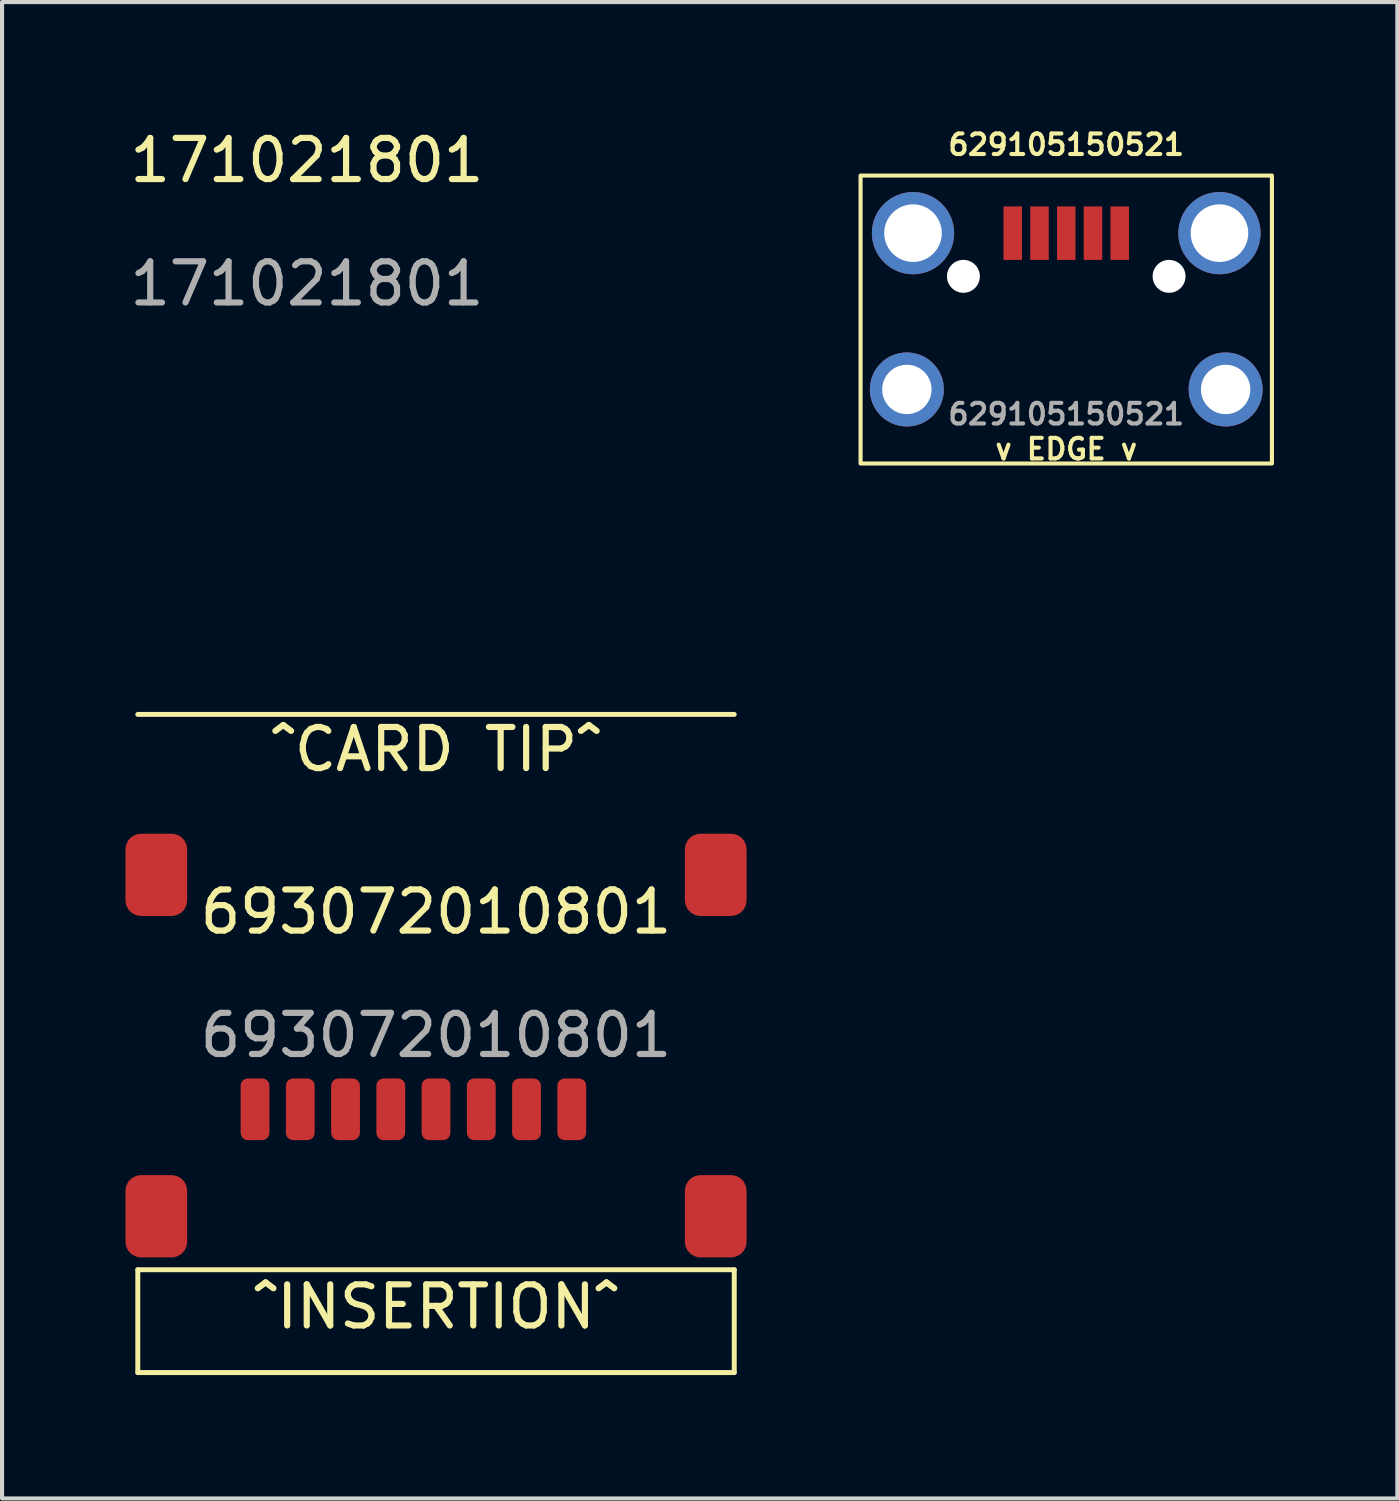
<source format=kicad_pcb>
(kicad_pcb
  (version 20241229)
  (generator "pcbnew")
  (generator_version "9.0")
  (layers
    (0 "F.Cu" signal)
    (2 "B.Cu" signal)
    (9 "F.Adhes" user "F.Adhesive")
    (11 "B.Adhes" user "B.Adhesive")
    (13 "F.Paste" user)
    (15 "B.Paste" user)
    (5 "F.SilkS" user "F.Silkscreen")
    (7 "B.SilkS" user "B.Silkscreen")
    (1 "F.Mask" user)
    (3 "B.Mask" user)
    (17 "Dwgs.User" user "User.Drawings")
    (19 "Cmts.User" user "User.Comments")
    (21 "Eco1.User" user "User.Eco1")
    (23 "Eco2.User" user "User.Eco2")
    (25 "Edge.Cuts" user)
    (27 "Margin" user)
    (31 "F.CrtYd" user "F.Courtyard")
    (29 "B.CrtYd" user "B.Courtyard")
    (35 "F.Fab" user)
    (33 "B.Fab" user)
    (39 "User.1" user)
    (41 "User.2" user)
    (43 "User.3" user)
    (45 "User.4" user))
  (footprint "171021801"
    (layer "F.Cu")
    (at 14.571 11.008)
    (property "Reference" "171021801" (at -10.16 -10.16 0) (unlocked yes) (layer "F.SilkS") (effects (font (size 1 1) (thickness 0.15))))
    (attr smd)
    (fp_text user "${REFERENCE}" (at -10.16 -7.16 0) (unlocked yes) (layer "F.Fab") (effects (font (size 1 1) (thickness 0.15)))))
  (footprint "693072010801"
    (layer "F.Cu")
    (at 7.55 23.918)
    (property "Reference" "693072010801" (at 0 -4.8 0) (unlocked yes) (layer "F.SilkS") (effects (font (size 1 1) (thickness 0.15))))
    (attr smd)
    (fp_line (start -7.25 -9.6) (end 7.25 -9.6) (stroke (width 0.12) (type solid)) (layer "F.SilkS"))
    (fp_line (start -7.25 3.9) (end -7.25 6.4) (stroke (width 0.12) (type solid)) (layer "F.SilkS"))
    (fp_line (start -7.25 3.9) (end 7.25 3.9) (stroke (width 0.12) (type solid)) (layer "F.SilkS"))
    (fp_line (start -7.25 6.4) (end 7.25 6.4) (stroke (width 0.12) (type solid)) (layer "F.SilkS"))
    (fp_line (start 7.25 3.9) (end 7.25 6.4) (stroke (width 0.12) (type solid)) (layer "F.SilkS"))
    (fp_text user "^INSERTION^" (at 0 4.8 0) (unlocked yes) (layer "F.SilkS") (effects (font (size 1 1) (thickness 0.15))))
    (fp_text user "^CARD TIP^" (at 0 -8.75 0) (unlocked yes) (layer "F.SilkS") (effects (font (size 1 1) (thickness 0.15))))
    (fp_text user "${REFERENCE}" (at 0 -1.8 0) (unlocked yes) (layer "F.Fab") (effects (font (size 1 1) (thickness 0.15))))
    (pad "1" smd roundrect (at 3.3 0) (size 0.7 1.5) (layers "F.Cu" "F.Mask" "F.Paste") (roundrect_rratio 0.25))
    (pad "2" smd roundrect (at 2.2 0) (size 0.7 1.5) (layers "F.Cu" "F.Mask" "F.Paste") (roundrect_rratio 0.25))
    (pad "3" smd roundrect (at 1.1 0) (size 0.7 1.5) (layers "F.Cu" "F.Mask" "F.Paste") (roundrect_rratio 0.25))
    (pad "4" smd roundrect (at 0 0) (size 0.7 1.5) (layers "F.Cu" "F.Mask" "F.Paste") (roundrect_rratio 0.25))
    (pad "5" smd roundrect (at -1.1 0) (size 0.7 1.5) (layers "F.Cu" "F.Mask" "F.Paste") (roundrect_rratio 0.25))
    (pad "6" smd roundrect (at -6.8 -5.7) (size 1.5 2) (layers "F.Cu" "F.Mask" "F.Paste") (roundrect_rratio 0.25))
    (pad "6" smd roundrect (at -6.8 2.6) (size 1.5 2) (layers "F.Cu" "F.Mask" "F.Paste") (roundrect_rratio 0.25))
    (pad "6" smd roundrect (at -2.2 0) (size 0.7 1.5) (layers "F.Cu" "F.Mask" "F.Paste") (roundrect_rratio 0.25))
    (pad "6" smd roundrect (at 6.8 -5.7) (size 1.5 2) (layers "F.Cu" "F.Mask" "F.Paste") (roundrect_rratio 0.25))
    (pad "6" smd roundrect (at 6.8 2.6) (size 1.5 2) (layers "F.Cu" "F.Mask" "F.Paste") (roundrect_rratio 0.25))
    (pad "7" smd roundrect (at -3.3 0) (size 0.7 1.5) (layers "F.Cu" "F.Mask" "F.Paste") (roundrect_rratio 0.25))
    (pad "8" smd roundrect (at -4.4 0) (size 0.7 1.5) (layers "F.Cu" "F.Mask" "F.Paste") (roundrect_rratio 0.25)))
  (footprint "629105150521"
    (layer "F.Cu")
    (at 22.871 8.218)
    (property "Reference" "629105150521" (at 0 -7.75 0) (unlocked yes) (layer "F.SilkS") (effects (font (size 0.5 0.5) (thickness 0.1))))
    (attr through_hole)
    (fp_rect (start -5 -7) (end 5 0) (stroke (width 0.1) (type solid)) (fill no) (layer "F.SilkS"))
    (fp_text user "v EDGE v" (at 0 -0.35 0) (unlocked yes) (layer "F.SilkS") (effects (font (size 0.5 0.5) (thickness 0.1))))
    (fp_text user "${REFERENCE}" (at 0 -1.2 0) (unlocked yes) (layer "F.Fab") (effects (font (size 0.5 0.5) (thickness 0.1))))
    (pad "" np_thru_hole circle (at -2.5 -4.55) (size 0.8 0.8) (drill 0.8) (layers "*.Cu" "*.Mask"))
    (pad "" np_thru_hole circle (at 2.5 -4.55) (size 0.8 0.8) (drill 0.8) (layers "*.Cu" "*.Mask"))
    (pad "1" smd rect (at -1.3 -5.6) (size 0.45 1.3) (layers "F.Cu" "F.Mask" "F.Paste"))
    (pad "2" smd rect (at -0.65 -5.6) (size 0.45 1.3) (layers "F.Cu" "F.Mask" "F.Paste"))
    (pad "3" smd rect (at 0 -5.6) (size 0.45 1.3) (layers "F.Cu" "F.Mask" "F.Paste"))
    (pad "4" smd rect (at 0.65 -5.6) (size 0.45 1.3) (layers "F.Cu" "F.Mask" "F.Paste"))
    (pad "5" smd rect (at 1.3 -5.6) (size 0.45 1.3) (layers "F.Cu" "F.Mask" "F.Paste"))
    (pad "6" thru_hole circle (at -3.875 -1.8) (size 1.8 1.8) (drill 1.2) (layers "*.Cu" "*.Mask"))
    (pad "6" thru_hole circle (at -3.725 -5.6) (size 2 2) (drill 1.4) (layers "*.Cu" "*.Mask"))
    (pad "6" thru_hole circle (at 3.725 -5.6) (size 2 2) (drill 1.4) (layers "*.Cu" "*.Mask"))
    (pad "6" thru_hole circle (at 3.875 -1.8) (size 1.8 1.8) (drill 1.2) (layers "*.Cu" "*.Mask")))
  (gr_rect
    (start -3 -3)
    (end 30.921 33.378)
    (stroke (width 0.1) (type default))
    (fill no)
    (layer "Edge.Cuts")))
</source>
